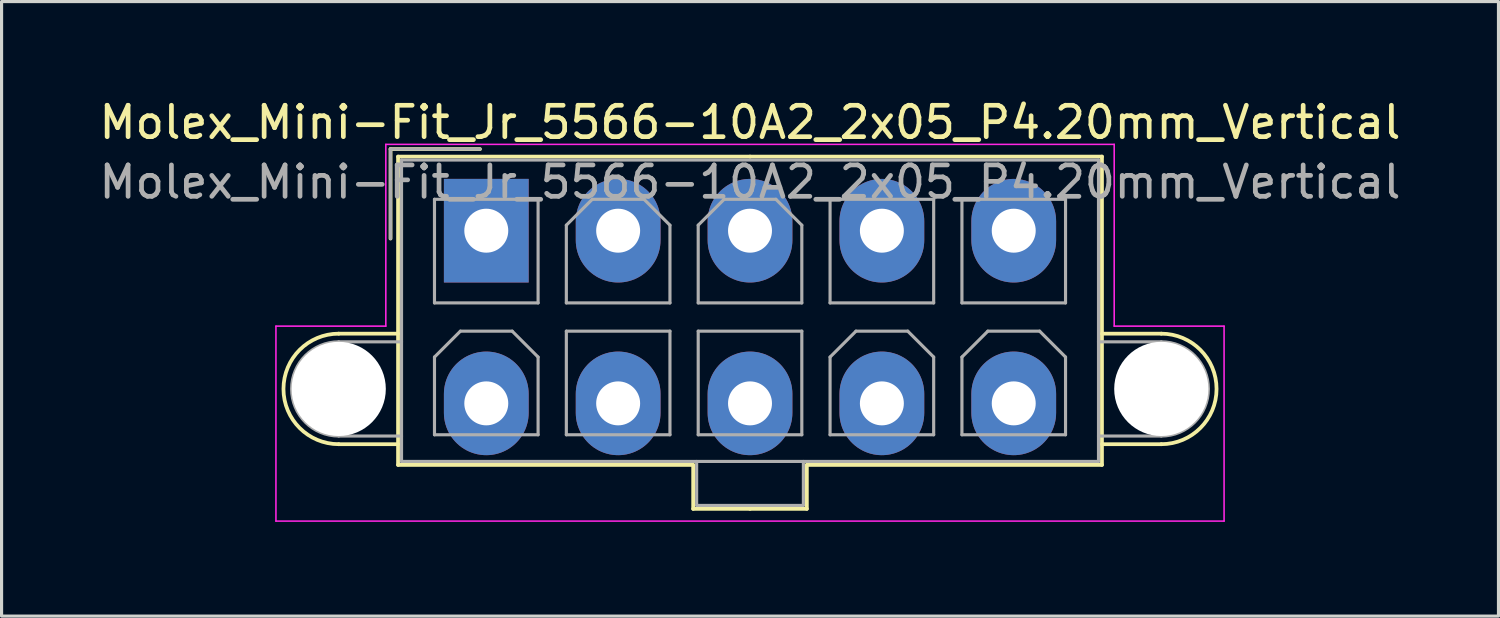
<source format=kicad_pcb>
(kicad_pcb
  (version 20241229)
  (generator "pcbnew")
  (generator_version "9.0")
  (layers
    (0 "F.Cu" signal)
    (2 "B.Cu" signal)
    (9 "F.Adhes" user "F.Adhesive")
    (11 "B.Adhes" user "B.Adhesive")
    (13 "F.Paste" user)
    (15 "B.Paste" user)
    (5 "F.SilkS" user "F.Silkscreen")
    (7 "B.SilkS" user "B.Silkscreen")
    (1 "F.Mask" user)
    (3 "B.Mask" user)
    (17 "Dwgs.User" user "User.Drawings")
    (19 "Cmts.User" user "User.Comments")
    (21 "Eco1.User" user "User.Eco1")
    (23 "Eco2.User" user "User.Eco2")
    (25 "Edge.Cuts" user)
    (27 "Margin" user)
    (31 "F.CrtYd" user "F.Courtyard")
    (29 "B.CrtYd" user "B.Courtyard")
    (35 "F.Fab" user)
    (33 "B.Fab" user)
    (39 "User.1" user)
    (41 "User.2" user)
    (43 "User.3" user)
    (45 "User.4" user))
  (footprint "Molex_Mini-Fit_Jr_5566-10A2_2x05_P4.20mm_Vertical"
    (layer "F.Cu")
    (at 12.439 4.298)
    (property "Reference" "Molex_Mini-Fit_Jr_5566-10A2_2x05_P4.20mm_Vertical" (at 8.4 -3.45 0) (layer "F.SilkS") (effects (font (size 1 1) (thickness 0.15))))
    (attr through_hole)
    (fp_line (start -4.7 3.28) (end -2.81 3.28) (stroke (width 0.12) (type solid)) (layer "F.SilkS"))
    (fp_line (start -4.7 6.8) (end -2.81 6.8) (stroke (width 0.12) (type solid)) (layer "F.SilkS"))
    (fp_line (start -3.05 -2.6) (end -3.05 0.25) (stroke (width 0.12) (type solid)) (layer "F.SilkS"))
    (fp_line (start -2.81 -2.36) (end -2.81 7.46) (stroke (width 0.12) (type solid)) (layer "F.SilkS"))
    (fp_line (start -2.81 7.46) (end 6.59 7.46) (stroke (width 0.12) (type solid)) (layer "F.SilkS"))
    (fp_line (start -0.2 -2.6) (end -3.05 -2.6) (stroke (width 0.12) (type solid)) (layer "F.SilkS"))
    (fp_line (start 6.59 7.46) (end 6.59 8.86) (stroke (width 0.12) (type solid)) (layer "F.SilkS"))
    (fp_line (start 6.59 8.86) (end 8.4 8.86) (stroke (width 0.12) (type solid)) (layer "F.SilkS"))
    (fp_line (start 8.4 -2.36) (end -2.81 -2.36) (stroke (width 0.12) (type solid)) (layer "F.SilkS"))
    (fp_line (start 8.4 -2.36) (end 19.61 -2.36) (stroke (width 0.12) (type solid)) (layer "F.SilkS"))
    (fp_line (start 10.21 7.46) (end 10.21 8.86) (stroke (width 0.12) (type solid)) (layer "F.SilkS"))
    (fp_line (start 10.21 8.86) (end 8.4 8.86) (stroke (width 0.12) (type solid)) (layer "F.SilkS"))
    (fp_line (start 19.61 -2.36) (end 19.61 7.46) (stroke (width 0.12) (type solid)) (layer "F.SilkS"))
    (fp_line (start 19.61 7.46) (end 10.21 7.46) (stroke (width 0.12) (type solid)) (layer "F.SilkS"))
    (fp_line (start 21.5 3.28) (end 19.61 3.28) (stroke (width 0.12) (type solid)) (layer "F.SilkS"))
    (fp_line (start 21.5 6.8) (end 19.61 6.8) (stroke (width 0.12) (type solid)) (layer "F.SilkS"))
    (fp_arc (start -4.7 6.8) (mid -6.46 5.04) (end -4.7 3.28) (stroke (width 0.12) (type solid)) (layer "F.SilkS"))
    (fp_arc (start 21.5 3.28) (mid 23.26 5.04) (end 21.5 6.8) (stroke (width 0.12) (type solid)) (layer "F.SilkS"))
    (fp_line (start -6.7 3.04) (end -6.7 9.25) (stroke (width 0.05) (type solid)) (layer "F.CrtYd"))
    (fp_line (start -6.7 9.25) (end 23.5 9.25) (stroke (width 0.05) (type solid)) (layer "F.CrtYd"))
    (fp_line (start -3.2 -2.75) (end -3.2 3.04) (stroke (width 0.05) (type solid)) (layer "F.CrtYd"))
    (fp_line (start -3.2 3.04) (end -6.7 3.04) (stroke (width 0.05) (type solid)) (layer "F.CrtYd"))
    (fp_line (start 20 -2.75) (end -3.2 -2.75) (stroke (width 0.05) (type solid)) (layer "F.CrtYd"))
    (fp_line (start 20 3.04) (end 20 -2.75) (stroke (width 0.05) (type solid)) (layer "F.CrtYd"))
    (fp_line (start 23.5 3.04) (end 20 3.04) (stroke (width 0.05) (type solid)) (layer "F.CrtYd"))
    (fp_line (start 23.5 9.25) (end 23.5 3.04) (stroke (width 0.05) (type solid)) (layer "F.CrtYd"))
    (fp_line (start -4.7 3.54) (end -2.7 3.54) (stroke (width 0.1) (type solid)) (layer "F.Fab"))
    (fp_line (start -4.7 6.54) (end -2.7 6.54) (stroke (width 0.1) (type solid)) (layer "F.Fab"))
    (fp_line (start -3.05 -2.6) (end -3.05 0.25) (stroke (width 0.1) (type solid)) (layer "F.Fab"))
    (fp_line (start -2.7 -2.25) (end -2.7 7.35) (stroke (width 0.1) (type solid)) (layer "F.Fab"))
    (fp_line (start -2.7 7.35) (end 19.5 7.35) (stroke (width 0.1) (type solid)) (layer "F.Fab"))
    (fp_line (start -1.65 -1) (end -1.65 2.3) (stroke (width 0.1) (type solid)) (layer "F.Fab"))
    (fp_line (start -1.65 2.3) (end 1.65 2.3) (stroke (width 0.1) (type solid)) (layer "F.Fab"))
    (fp_line (start -1.65 4.025) (end -0.825 3.2) (stroke (width 0.1) (type solid)) (layer "F.Fab"))
    (fp_line (start -1.65 6.5) (end -1.65 4.025) (stroke (width 0.1) (type solid)) (layer "F.Fab"))
    (fp_line (start -0.825 3.2) (end 0.825 3.2) (stroke (width 0.1) (type solid)) (layer "F.Fab"))
    (fp_line (start -0.2 -2.6) (end -3.05 -2.6) (stroke (width 0.1) (type solid)) (layer "F.Fab"))
    (fp_line (start 0.825 3.2) (end 1.65 4.025) (stroke (width 0.1) (type solid)) (layer "F.Fab"))
    (fp_line (start 1.65 -1) (end -1.65 -1) (stroke (width 0.1) (type solid)) (layer "F.Fab"))
    (fp_line (start 1.65 2.3) (end 1.65 -1) (stroke (width 0.1) (type solid)) (layer "F.Fab"))
    (fp_line (start 1.65 4.025) (end 1.65 6.5) (stroke (width 0.1) (type solid)) (layer "F.Fab"))
    (fp_line (start 1.65 6.5) (end -1.65 6.5) (stroke (width 0.1) (type solid)) (layer "F.Fab"))
    (fp_line (start 2.55 -0.175) (end 3.375 -1) (stroke (width 0.1) (type solid)) (layer "F.Fab"))
    (fp_line (start 2.55 2.3) (end 2.55 -0.175) (stroke (width 0.1) (type solid)) (layer "F.Fab"))
    (fp_line (start 2.55 3.2) (end 2.55 6.5) (stroke (width 0.1) (type solid)) (layer "F.Fab"))
    (fp_line (start 2.55 6.5) (end 5.85 6.5) (stroke (width 0.1) (type solid)) (layer "F.Fab"))
    (fp_line (start 3.375 -1) (end 5.025 -1) (stroke (width 0.1) (type solid)) (layer "F.Fab"))
    (fp_line (start 5.025 -1) (end 5.85 -0.175) (stroke (width 0.1) (type solid)) (layer "F.Fab"))
    (fp_line (start 5.85 -0.175) (end 5.85 2.3) (stroke (width 0.1) (type solid)) (layer "F.Fab"))
    (fp_line (start 5.85 2.3) (end 2.55 2.3) (stroke (width 0.1) (type solid)) (layer "F.Fab"))
    (fp_line (start 5.85 3.2) (end 2.55 3.2) (stroke (width 0.1) (type solid)) (layer "F.Fab"))
    (fp_line (start 5.85 6.5) (end 5.85 3.2) (stroke (width 0.1) (type solid)) (layer "F.Fab"))
    (fp_line (start 6.7 7.35) (end 6.7 8.75) (stroke (width 0.1) (type solid)) (layer "F.Fab"))
    (fp_line (start 6.7 8.75) (end 10.1 8.75) (stroke (width 0.1) (type solid)) (layer "F.Fab"))
    (fp_line (start 6.75 -0.175) (end 7.575 -1) (stroke (width 0.1) (type solid)) (layer "F.Fab"))
    (fp_line (start 6.75 2.3) (end 6.75 -0.175) (stroke (width 0.1) (type solid)) (layer "F.Fab"))
    (fp_line (start 6.75 3.2) (end 6.75 6.5) (stroke (width 0.1) (type solid)) (layer "F.Fab"))
    (fp_line (start 6.75 6.5) (end 10.05 6.5) (stroke (width 0.1) (type solid)) (layer "F.Fab"))
    (fp_line (start 7.575 -1) (end 9.225 -1) (stroke (width 0.1) (type solid)) (layer "F.Fab"))
    (fp_line (start 9.225 -1) (end 10.05 -0.175) (stroke (width 0.1) (type solid)) (layer "F.Fab"))
    (fp_line (start 10.05 -0.175) (end 10.05 2.3) (stroke (width 0.1) (type solid)) (layer "F.Fab"))
    (fp_line (start 10.05 2.3) (end 6.75 2.3) (stroke (width 0.1) (type solid)) (layer "F.Fab"))
    (fp_line (start 10.05 3.2) (end 6.75 3.2) (stroke (width 0.1) (type solid)) (layer "F.Fab"))
    (fp_line (start 10.05 6.5) (end 10.05 3.2) (stroke (width 0.1) (type solid)) (layer "F.Fab"))
    (fp_line (start 10.1 8.75) (end 10.1 7.35) (stroke (width 0.1) (type solid)) (layer "F.Fab"))
    (fp_line (start 10.95 -1) (end 10.95 2.3) (stroke (width 0.1) (type solid)) (layer "F.Fab"))
    (fp_line (start 10.95 2.3) (end 14.25 2.3) (stroke (width 0.1) (type solid)) (layer "F.Fab"))
    (fp_line (start 10.95 4.025) (end 11.775 3.2) (stroke (width 0.1) (type solid)) (layer "F.Fab"))
    (fp_line (start 10.95 6.5) (end 10.95 4.025) (stroke (width 0.1) (type solid)) (layer "F.Fab"))
    (fp_line (start 11.775 3.2) (end 13.425 3.2) (stroke (width 0.1) (type solid)) (layer "F.Fab"))
    (fp_line (start 13.425 3.2) (end 14.25 4.025) (stroke (width 0.1) (type solid)) (layer "F.Fab"))
    (fp_line (start 14.25 -1) (end 10.95 -1) (stroke (width 0.1) (type solid)) (layer "F.Fab"))
    (fp_line (start 14.25 2.3) (end 14.25 -1) (stroke (width 0.1) (type solid)) (layer "F.Fab"))
    (fp_line (start 14.25 4.025) (end 14.25 6.5) (stroke (width 0.1) (type solid)) (layer "F.Fab"))
    (fp_line (start 14.25 6.5) (end 10.95 6.5) (stroke (width 0.1) (type solid)) (layer "F.Fab"))
    (fp_line (start 15.15 -1) (end 15.15 2.3) (stroke (width 0.1) (type solid)) (layer "F.Fab"))
    (fp_line (start 15.15 2.3) (end 18.45 2.3) (stroke (width 0.1) (type solid)) (layer "F.Fab"))
    (fp_line (start 15.15 4.025) (end 15.975 3.2) (stroke (width 0.1) (type solid)) (layer "F.Fab"))
    (fp_line (start 15.15 6.5) (end 15.15 4.025) (stroke (width 0.1) (type solid)) (layer "F.Fab"))
    (fp_line (start 15.975 3.2) (end 17.625 3.2) (stroke (width 0.1) (type solid)) (layer "F.Fab"))
    (fp_line (start 17.625 3.2) (end 18.45 4.025) (stroke (width 0.1) (type solid)) (layer "F.Fab"))
    (fp_line (start 18.45 -1) (end 15.15 -1) (stroke (width 0.1) (type solid)) (layer "F.Fab"))
    (fp_line (start 18.45 2.3) (end 18.45 -1) (stroke (width 0.1) (type solid)) (layer "F.Fab"))
    (fp_line (start 18.45 4.025) (end 18.45 6.5) (stroke (width 0.1) (type solid)) (layer "F.Fab"))
    (fp_line (start 18.45 6.5) (end 15.15 6.5) (stroke (width 0.1) (type solid)) (layer "F.Fab"))
    (fp_line (start 19.5 -2.25) (end -2.7 -2.25) (stroke (width 0.1) (type solid)) (layer "F.Fab"))
    (fp_line (start 19.5 7.35) (end 19.5 -2.25) (stroke (width 0.1) (type solid)) (layer "F.Fab"))
    (fp_line (start 21.5 3.54) (end 19.5 3.54) (stroke (width 0.1) (type solid)) (layer "F.Fab"))
    (fp_line (start 21.5 6.54) (end 19.5 6.54) (stroke (width 0.1) (type solid)) (layer "F.Fab"))
    (fp_arc (start -4.7 6.54) (mid -6.2 5.04) (end -4.7 3.54) (stroke (width 0.1) (type solid)) (layer "F.Fab"))
    (fp_arc (start 21.5 3.54) (mid 23 5.04) (end 21.5 6.54) (stroke (width 0.1) (type solid)) (layer "F.Fab"))
    (fp_text user "${REFERENCE}" (at 8.4 -1.55 0) (layer "F.Fab") (effects (font (size 1 1) (thickness 0.15))))
    (pad "" np_thru_hole circle (at -4.7 5.04) (size 3 3) (drill 3) (layers "*.Cu" "*.Mask"))
    (pad "" np_thru_hole circle (at 21.5 5.04) (size 3 3) (drill 3) (layers "*.Cu" "*.Mask"))
    (pad "1" thru_hole rect (at 0 0) (size 2.7 3.3) (drill 1.4) (layers "*.Cu" "*.Mask"))
    (pad "2" thru_hole oval (at 4.2 0) (size 2.7 3.3) (drill 1.4) (layers "*.Cu" "*.Mask"))
    (pad "3" thru_hole oval (at 8.4 0) (size 2.7 3.3) (drill 1.4) (layers "*.Cu" "*.Mask"))
    (pad "4" thru_hole oval (at 12.6 0) (size 2.7 3.3) (drill 1.4) (layers "*.Cu" "*.Mask"))
    (pad "5" thru_hole oval (at 16.8 0) (size 2.7 3.3) (drill 1.4) (layers "*.Cu" "*.Mask"))
    (pad "6" thru_hole oval (at 0 5.5) (size 2.7 3.3) (drill 1.4) (layers "*.Cu" "*.Mask"))
    (pad "7" thru_hole oval (at 4.2 5.5) (size 2.7 3.3) (drill 1.4) (layers "*.Cu" "*.Mask"))
    (pad "8" thru_hole oval (at 8.4 5.5) (size 2.7 3.3) (drill 1.4) (layers "*.Cu" "*.Mask"))
    (pad "9" thru_hole oval (at 12.6 5.5) (size 2.7 3.3) (drill 1.4) (layers "*.Cu" "*.Mask"))
    (pad "10" thru_hole oval (at 16.8 5.5) (size 2.7 3.3) (drill 1.4) (layers "*.Cu" "*.Mask")))
  (gr_rect
    (start -3 -3)
    (end 44.679 16.573)
    (stroke (width 0.1) (type default))
    (fill no)
    (layer "Edge.Cuts")))
</source>
